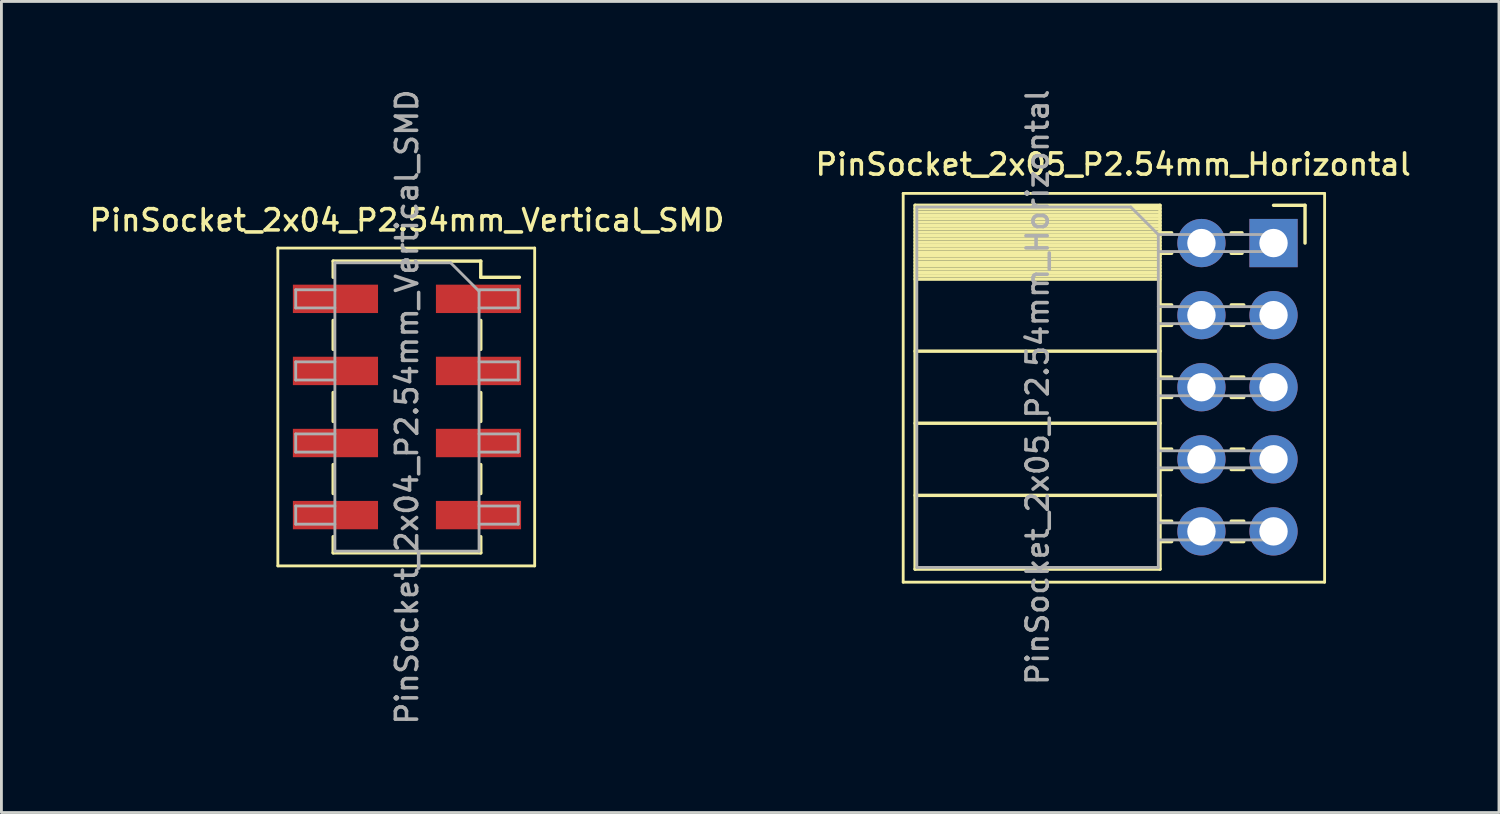
<source format=kicad_pcb>
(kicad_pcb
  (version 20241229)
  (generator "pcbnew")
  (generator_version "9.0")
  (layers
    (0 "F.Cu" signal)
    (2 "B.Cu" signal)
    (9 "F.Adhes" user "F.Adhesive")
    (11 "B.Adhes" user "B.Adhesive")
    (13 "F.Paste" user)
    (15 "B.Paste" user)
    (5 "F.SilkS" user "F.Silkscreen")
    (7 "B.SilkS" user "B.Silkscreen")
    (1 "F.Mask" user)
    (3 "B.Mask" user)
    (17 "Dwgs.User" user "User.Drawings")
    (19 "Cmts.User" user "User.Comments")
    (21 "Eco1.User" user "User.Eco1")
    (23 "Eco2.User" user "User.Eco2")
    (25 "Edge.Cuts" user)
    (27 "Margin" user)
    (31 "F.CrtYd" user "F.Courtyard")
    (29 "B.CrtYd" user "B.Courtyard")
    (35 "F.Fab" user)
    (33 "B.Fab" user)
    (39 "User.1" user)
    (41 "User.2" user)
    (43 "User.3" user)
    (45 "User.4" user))
  (footprint "PinSocket_2x04_P2.54mm_Vertical_SMD"
    (layer "F.Cu")
    (at 11.291 11.291)
    (property "Reference" "PinSocket_2x04_P2.54mm_Vertical_SMD" (at 0 -6.58 0) (layer "F.SilkS") (effects (font (size 0.75 0.75) (thickness 0.125))))
    (attr smd)
    (fp_line (start -4.55 -5.6) (end 4.5 -5.6) (stroke (width 0.1) (type solid)) (layer "F.SilkS"))
    (fp_line (start -4.55 5.6) (end -4.55 -5.6) (stroke (width 0.1) (type solid)) (layer "F.SilkS"))
    (fp_line (start -2.6 -5.14) (end -2.6 -4.57) (stroke (width 0.12) (type solid)) (layer "F.SilkS"))
    (fp_line (start -2.6 -5.14) (end 2.6 -5.14) (stroke (width 0.12) (type solid)) (layer "F.SilkS"))
    (fp_line (start -2.6 -3.05) (end -2.6 -2.03) (stroke (width 0.12) (type solid)) (layer "F.SilkS"))
    (fp_line (start -2.6 -0.51) (end -2.6 0.51) (stroke (width 0.12) (type solid)) (layer "F.SilkS"))
    (fp_line (start -2.6 2.03) (end -2.6 3.05) (stroke (width 0.12) (type solid)) (layer "F.SilkS"))
    (fp_line (start -2.6 4.57) (end -2.6 5.14) (stroke (width 0.12) (type solid)) (layer "F.SilkS"))
    (fp_line (start -2.6 5.14) (end 2.6 5.14) (stroke (width 0.12) (type solid)) (layer "F.SilkS"))
    (fp_line (start 2.6 -5.14) (end 2.6 -4.57) (stroke (width 0.12) (type solid)) (layer "F.SilkS"))
    (fp_line (start 2.6 -4.57) (end 3.96 -4.57) (stroke (width 0.12) (type solid)) (layer "F.SilkS"))
    (fp_line (start 2.6 -3.05) (end 2.6 -2.03) (stroke (width 0.12) (type solid)) (layer "F.SilkS"))
    (fp_line (start 2.6 -0.51) (end 2.6 0.51) (stroke (width 0.12) (type solid)) (layer "F.SilkS"))
    (fp_line (start 2.6 2.03) (end 2.6 3.05) (stroke (width 0.12) (type solid)) (layer "F.SilkS"))
    (fp_line (start 2.6 4.57) (end 2.6 5.14) (stroke (width 0.12) (type solid)) (layer "F.SilkS"))
    (fp_line (start 4.5 -5.6) (end 4.5 5.6) (stroke (width 0.1) (type solid)) (layer "F.SilkS"))
    (fp_line (start 4.5 5.6) (end -4.55 5.6) (stroke (width 0.1) (type solid)) (layer "F.SilkS"))
    (fp_line (start -3.92 -4.13) (end -2.54 -4.13) (stroke (width 0.1) (type solid)) (layer "F.Fab"))
    (fp_line (start -3.92 -3.49) (end -3.92 -4.13) (stroke (width 0.1) (type solid)) (layer "F.Fab"))
    (fp_line (start -3.92 -1.59) (end -2.54 -1.59) (stroke (width 0.1) (type solid)) (layer "F.Fab"))
    (fp_line (start -3.92 -0.95) (end -3.92 -1.59) (stroke (width 0.1) (type solid)) (layer "F.Fab"))
    (fp_line (start -3.92 0.95) (end -2.54 0.95) (stroke (width 0.1) (type solid)) (layer "F.Fab"))
    (fp_line (start -3.92 1.59) (end -3.92 0.95) (stroke (width 0.1) (type solid)) (layer "F.Fab"))
    (fp_line (start -3.92 3.49) (end -2.54 3.49) (stroke (width 0.1) (type solid)) (layer "F.Fab"))
    (fp_line (start -3.92 4.13) (end -3.92 3.49) (stroke (width 0.1) (type solid)) (layer "F.Fab"))
    (fp_line (start -2.54 -5.08) (end 1.54 -5.08) (stroke (width 0.1) (type solid)) (layer "F.Fab"))
    (fp_line (start -2.54 -3.49) (end -3.92 -3.49) (stroke (width 0.1) (type solid)) (layer "F.Fab"))
    (fp_line (start -2.54 -0.95) (end -3.92 -0.95) (stroke (width 0.1) (type solid)) (layer "F.Fab"))
    (fp_line (start -2.54 1.59) (end -3.92 1.59) (stroke (width 0.1) (type solid)) (layer "F.Fab"))
    (fp_line (start -2.54 4.13) (end -3.92 4.13) (stroke (width 0.1) (type solid)) (layer "F.Fab"))
    (fp_line (start -2.54 5.08) (end -2.54 -5.08) (stroke (width 0.1) (type solid)) (layer "F.Fab"))
    (fp_line (start 1.54 -5.08) (end 2.54 -4.08) (stroke (width 0.1) (type solid)) (layer "F.Fab"))
    (fp_line (start 2.54 -4.13) (end 3.92 -4.13) (stroke (width 0.1) (type solid)) (layer "F.Fab"))
    (fp_line (start 2.54 -4.08) (end 2.54 5.08) (stroke (width 0.1) (type solid)) (layer "F.Fab"))
    (fp_line (start 2.54 -1.59) (end 3.92 -1.59) (stroke (width 0.1) (type solid)) (layer "F.Fab"))
    (fp_line (start 2.54 0.95) (end 3.92 0.95) (stroke (width 0.1) (type solid)) (layer "F.Fab"))
    (fp_line (start 2.54 3.49) (end 3.92 3.49) (stroke (width 0.1) (type solid)) (layer "F.Fab"))
    (fp_line (start 2.54 5.08) (end -2.54 5.08) (stroke (width 0.1) (type solid)) (layer "F.Fab"))
    (fp_line (start 3.92 -4.13) (end 3.92 -3.49) (stroke (width 0.1) (type solid)) (layer "F.Fab"))
    (fp_line (start 3.92 -3.49) (end 2.54 -3.49) (stroke (width 0.1) (type solid)) (layer "F.Fab"))
    (fp_line (start 3.92 -1.59) (end 3.92 -0.95) (stroke (width 0.1) (type solid)) (layer "F.Fab"))
    (fp_line (start 3.92 -0.95) (end 2.54 -0.95) (stroke (width 0.1) (type solid)) (layer "F.Fab"))
    (fp_line (start 3.92 0.95) (end 3.92 1.59) (stroke (width 0.1) (type solid)) (layer "F.Fab"))
    (fp_line (start 3.92 1.59) (end 2.54 1.59) (stroke (width 0.1) (type solid)) (layer "F.Fab"))
    (fp_line (start 3.92 3.49) (end 3.92 4.13) (stroke (width 0.1) (type solid)) (layer "F.Fab"))
    (fp_line (start 3.92 4.13) (end 2.54 4.13) (stroke (width 0.1) (type solid)) (layer "F.Fab"))
    (fp_text user "${REFERENCE}" (at 0 0 90) (layer "F.Fab") (effects (font (size 0.75 0.75) (thickness 0.125))))
    (pad "1" smd rect (at 2.52 -3.81) (size 3 1) (layers "F.Cu" "F.Mask" "F.Paste"))
    (pad "2" smd rect (at -2.52 -3.81) (size 3 1) (layers "F.Cu" "F.Mask" "F.Paste"))
    (pad "3" smd rect (at 2.52 -1.27) (size 3 1) (layers "F.Cu" "F.Mask" "F.Paste"))
    (pad "4" smd rect (at -2.52 -1.27) (size 3 1) (layers "F.Cu" "F.Mask" "F.Paste"))
    (pad "5" smd rect (at 2.52 1.27) (size 3 1) (layers "F.Cu" "F.Mask" "F.Paste"))
    (pad "6" smd rect (at -2.52 1.27) (size 3 1) (layers "F.Cu" "F.Mask" "F.Paste"))
    (pad "7" smd rect (at 2.52 3.81) (size 3 1) (layers "F.Cu" "F.Mask" "F.Paste"))
    (pad "8" smd rect (at -2.52 3.81) (size 3 1) (layers "F.Cu" "F.Mask" "F.Paste")))
  (footprint "PinSocket_2x05_P2.54mm_Horizontal"
    (layer "F.Cu")
    (at 41.827 5.515)
    (property "Reference" "PinSocket_2x05_P2.54mm_Horizontal" (at -5.65 -2.77 0) (layer "F.SilkS") (effects (font (size 0.75 0.75) (thickness 0.125))))
    (attr through_hole)
    (fp_line (start -13.05 -1.75) (end -13.05 11.95) (stroke (width 0.1) (type solid)) (layer "F.SilkS"))
    (fp_line (start -13.05 11.95) (end 1.8 11.95) (stroke (width 0.1) (type solid)) (layer "F.SilkS"))
    (fp_line (start -12.63 -1.33) (end -12.63 11.49) (stroke (width 0.12) (type solid)) (layer "F.SilkS"))
    (fp_line (start -12.63 -1.33) (end -4 -1.33) (stroke (width 0.12) (type solid)) (layer "F.SilkS"))
    (fp_line (start -12.63 -1.21) (end -4 -1.21) (stroke (width 0.12) (type solid)) (layer "F.SilkS"))
    (fp_line (start -12.63 -1.092) (end -4 -1.092) (stroke (width 0.12) (type solid)) (layer "F.SilkS"))
    (fp_line (start -12.63 -0.974) (end -4 -0.974) (stroke (width 0.12) (type solid)) (layer "F.SilkS"))
    (fp_line (start -12.63 -0.856) (end -4 -0.856) (stroke (width 0.12) (type solid)) (layer "F.SilkS"))
    (fp_line (start -12.63 -0.738) (end -4 -0.738) (stroke (width 0.12) (type solid)) (layer "F.SilkS"))
    (fp_line (start -12.63 -0.62) (end -4 -0.62) (stroke (width 0.12) (type solid)) (layer "F.SilkS"))
    (fp_line (start -12.63 -0.501) (end -4 -0.501) (stroke (width 0.12) (type solid)) (layer "F.SilkS"))
    (fp_line (start -12.63 -0.383) (end -4 -0.383) (stroke (width 0.12) (type solid)) (layer "F.SilkS"))
    (fp_line (start -12.63 -0.265) (end -4 -0.265) (stroke (width 0.12) (type solid)) (layer "F.SilkS"))
    (fp_line (start -12.63 -0.147) (end -4 -0.147) (stroke (width 0.12) (type solid)) (layer "F.SilkS"))
    (fp_line (start -12.63 -0.029) (end -4 -0.029) (stroke (width 0.12) (type solid)) (layer "F.SilkS"))
    (fp_line (start -12.63 0.089) (end -4 0.089) (stroke (width 0.12) (type solid)) (layer "F.SilkS"))
    (fp_line (start -12.63 0.207) (end -4 0.207) (stroke (width 0.12) (type solid)) (layer "F.SilkS"))
    (fp_line (start -12.63 0.325) (end -4 0.325) (stroke (width 0.12) (type solid)) (layer "F.SilkS"))
    (fp_line (start -12.63 0.443) (end -4 0.443) (stroke (width 0.12) (type solid)) (layer "F.SilkS"))
    (fp_line (start -12.63 0.561) (end -4 0.561) (stroke (width 0.12) (type solid)) (layer "F.SilkS"))
    (fp_line (start -12.63 0.68) (end -4 0.68) (stroke (width 0.12) (type solid)) (layer "F.SilkS"))
    (fp_line (start -12.63 0.798) (end -4 0.798) (stroke (width 0.12) (type solid)) (layer "F.SilkS"))
    (fp_line (start -12.63 0.916) (end -4 0.916) (stroke (width 0.12) (type solid)) (layer "F.SilkS"))
    (fp_line (start -12.63 1.034) (end -4 1.034) (stroke (width 0.12) (type solid)) (layer "F.SilkS"))
    (fp_line (start -12.63 1.152) (end -4 1.152) (stroke (width 0.12) (type solid)) (layer "F.SilkS"))
    (fp_line (start -12.63 1.27) (end -4 1.27) (stroke (width 0.12) (type solid)) (layer "F.SilkS"))
    (fp_line (start -12.63 3.81) (end -4 3.81) (stroke (width 0.12) (type solid)) (layer "F.SilkS"))
    (fp_line (start -12.63 6.35) (end -4 6.35) (stroke (width 0.12) (type solid)) (layer "F.SilkS"))
    (fp_line (start -12.63 8.89) (end -4 8.89) (stroke (width 0.12) (type solid)) (layer "F.SilkS"))
    (fp_line (start -12.63 11.49) (end -4 11.49) (stroke (width 0.12) (type solid)) (layer "F.SilkS"))
    (fp_line (start -4 -1.33) (end -4 11.49) (stroke (width 0.12) (type solid)) (layer "F.SilkS"))
    (fp_line (start -4 -0.36) (end -3.59 -0.36) (stroke (width 0.12) (type solid)) (layer "F.SilkS"))
    (fp_line (start -4 0.36) (end -3.59 0.36) (stroke (width 0.12) (type solid)) (layer "F.SilkS"))
    (fp_line (start -4 2.18) (end -3.59 2.18) (stroke (width 0.12) (type solid)) (layer "F.SilkS"))
    (fp_line (start -4 2.9) (end -3.59 2.9) (stroke (width 0.12) (type solid)) (layer "F.SilkS"))
    (fp_line (start -4 4.72) (end -3.59 4.72) (stroke (width 0.12) (type solid)) (layer "F.SilkS"))
    (fp_line (start -4 5.44) (end -3.59 5.44) (stroke (width 0.12) (type solid)) (layer "F.SilkS"))
    (fp_line (start -4 7.26) (end -3.59 7.26) (stroke (width 0.12) (type solid)) (layer "F.SilkS"))
    (fp_line (start -4 7.98) (end -3.59 7.98) (stroke (width 0.12) (type solid)) (layer "F.SilkS"))
    (fp_line (start -4 9.8) (end -3.59 9.8) (stroke (width 0.12) (type solid)) (layer "F.SilkS"))
    (fp_line (start -4 10.52) (end -3.59 10.52) (stroke (width 0.12) (type solid)) (layer "F.SilkS"))
    (fp_line (start -1.49 -0.36) (end -1.11 -0.36) (stroke (width 0.12) (type solid)) (layer "F.SilkS"))
    (fp_line (start -1.49 0.36) (end -1.11 0.36) (stroke (width 0.12) (type solid)) (layer "F.SilkS"))
    (fp_line (start -1.49 2.18) (end -1.05 2.18) (stroke (width 0.12) (type solid)) (layer "F.SilkS"))
    (fp_line (start -1.49 2.9) (end -1.05 2.9) (stroke (width 0.12) (type solid)) (layer "F.SilkS"))
    (fp_line (start -1.49 4.72) (end -1.05 4.72) (stroke (width 0.12) (type solid)) (layer "F.SilkS"))
    (fp_line (start -1.49 5.44) (end -1.05 5.44) (stroke (width 0.12) (type solid)) (layer "F.SilkS"))
    (fp_line (start -1.49 7.26) (end -1.05 7.26) (stroke (width 0.12) (type solid)) (layer "F.SilkS"))
    (fp_line (start -1.49 7.98) (end -1.05 7.98) (stroke (width 0.12) (type solid)) (layer "F.SilkS"))
    (fp_line (start -1.49 9.8) (end -1.05 9.8) (stroke (width 0.12) (type solid)) (layer "F.SilkS"))
    (fp_line (start -1.49 10.52) (end -1.05 10.52) (stroke (width 0.12) (type solid)) (layer "F.SilkS"))
    (fp_line (start 0 -1.33) (end 1.11 -1.33) (stroke (width 0.12) (type solid)) (layer "F.SilkS"))
    (fp_line (start 1.11 -1.33) (end 1.11 0) (stroke (width 0.12) (type solid)) (layer "F.SilkS"))
    (fp_line (start 1.8 -1.75) (end -13.05 -1.75) (stroke (width 0.1) (type solid)) (layer "F.SilkS"))
    (fp_line (start 1.8 11.95) (end 1.8 -1.75) (stroke (width 0.1) (type solid)) (layer "F.SilkS"))
    (fp_line (start -12.57 -1.27) (end -5.03 -1.27) (stroke (width 0.1) (type solid)) (layer "F.Fab"))
    (fp_line (start -12.57 11.43) (end -12.57 -1.27) (stroke (width 0.1) (type solid)) (layer "F.Fab"))
    (fp_line (start -5.03 -1.27) (end -4.06 -0.3) (stroke (width 0.1) (type solid)) (layer "F.Fab"))
    (fp_line (start -4.06 -0.3) (end -4.06 11.43) (stroke (width 0.1) (type solid)) (layer "F.Fab"))
    (fp_line (start -4.06 0.3) (end 0 0.3) (stroke (width 0.1) (type solid)) (layer "F.Fab"))
    (fp_line (start -4.06 2.84) (end 0 2.84) (stroke (width 0.1) (type solid)) (layer "F.Fab"))
    (fp_line (start -4.06 5.38) (end 0 5.38) (stroke (width 0.1) (type solid)) (layer "F.Fab"))
    (fp_line (start -4.06 7.92) (end 0 7.92) (stroke (width 0.1) (type solid)) (layer "F.Fab"))
    (fp_line (start -4.06 10.46) (end 0 10.46) (stroke (width 0.1) (type solid)) (layer "F.Fab"))
    (fp_line (start -4.06 11.43) (end -12.57 11.43) (stroke (width 0.1) (type solid)) (layer "F.Fab"))
    (fp_line (start 0 -0.3) (end -4.06 -0.3) (stroke (width 0.1) (type solid)) (layer "F.Fab"))
    (fp_line (start 0 0.3) (end 0 -0.3) (stroke (width 0.1) (type solid)) (layer "F.Fab"))
    (fp_line (start 0 2.24) (end -4.06 2.24) (stroke (width 0.1) (type solid)) (layer "F.Fab"))
    (fp_line (start 0 2.84) (end 0 2.24) (stroke (width 0.1) (type solid)) (layer "F.Fab"))
    (fp_line (start 0 4.78) (end -4.06 4.78) (stroke (width 0.1) (type solid)) (layer "F.Fab"))
    (fp_line (start 0 5.38) (end 0 4.78) (stroke (width 0.1) (type solid)) (layer "F.Fab"))
    (fp_line (start 0 7.32) (end -4.06 7.32) (stroke (width 0.1) (type solid)) (layer "F.Fab"))
    (fp_line (start 0 7.92) (end 0 7.32) (stroke (width 0.1) (type solid)) (layer "F.Fab"))
    (fp_line (start 0 9.86) (end -4.06 9.86) (stroke (width 0.1) (type solid)) (layer "F.Fab"))
    (fp_line (start 0 10.46) (end 0 9.86) (stroke (width 0.1) (type solid)) (layer "F.Fab"))
    (fp_text user "${REFERENCE}" (at -8.315 5.08 90) (layer "F.Fab") (effects (font (size 0.75 0.75) (thickness 0.125))))
    (pad "1" thru_hole rect (at 0 0) (size 1.7 1.7) (drill 1) (layers "*.Cu" "*.Mask"))
    (pad "2" thru_hole oval (at -2.54 0) (size 1.7 1.7) (drill 1) (layers "*.Cu" "*.Mask"))
    (pad "3" thru_hole oval (at 0 2.54) (size 1.7 1.7) (drill 1) (layers "*.Cu" "*.Mask"))
    (pad "4" thru_hole oval (at -2.54 2.54) (size 1.7 1.7) (drill 1) (layers "*.Cu" "*.Mask"))
    (pad "5" thru_hole oval (at 0 5.08) (size 1.7 1.7) (drill 1) (layers "*.Cu" "*.Mask"))
    (pad "6" thru_hole oval (at -2.54 5.08) (size 1.7 1.7) (drill 1) (layers "*.Cu" "*.Mask"))
    (pad "7" thru_hole oval (at 0 7.62) (size 1.7 1.7) (drill 1) (layers "*.Cu" "*.Mask"))
    (pad "8" thru_hole oval (at -2.54 7.62) (size 1.7 1.7) (drill 1) (layers "*.Cu" "*.Mask"))
    (pad "9" thru_hole oval (at 0 10.16) (size 1.7 1.7) (drill 1) (layers "*.Cu" "*.Mask"))
    (pad "10" thru_hole oval (at -2.54 10.16) (size 1.7 1.7) (drill 1) (layers "*.Cu" "*.Mask")))
  (gr_rect
    (start -3 -3)
    (end 49.771 25.582)
    (stroke (width 0.1) (type default))
    (fill no)
    (layer "Edge.Cuts")))
</source>
